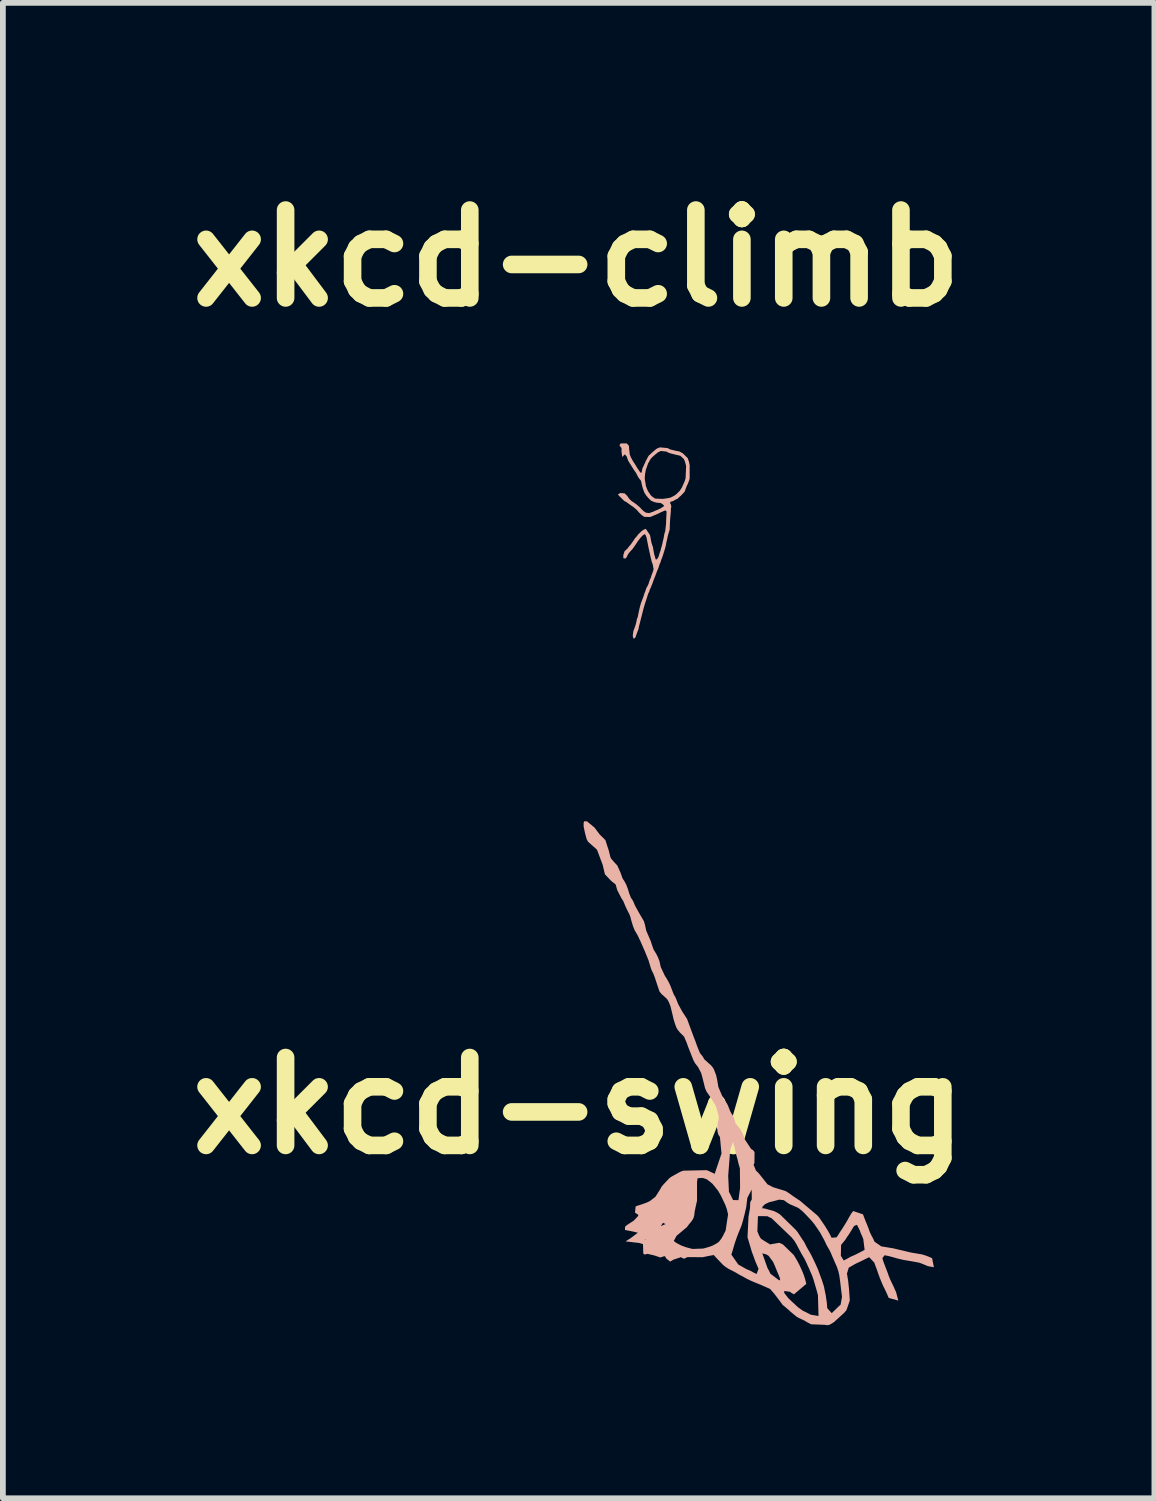
<source format=kicad_pcb>
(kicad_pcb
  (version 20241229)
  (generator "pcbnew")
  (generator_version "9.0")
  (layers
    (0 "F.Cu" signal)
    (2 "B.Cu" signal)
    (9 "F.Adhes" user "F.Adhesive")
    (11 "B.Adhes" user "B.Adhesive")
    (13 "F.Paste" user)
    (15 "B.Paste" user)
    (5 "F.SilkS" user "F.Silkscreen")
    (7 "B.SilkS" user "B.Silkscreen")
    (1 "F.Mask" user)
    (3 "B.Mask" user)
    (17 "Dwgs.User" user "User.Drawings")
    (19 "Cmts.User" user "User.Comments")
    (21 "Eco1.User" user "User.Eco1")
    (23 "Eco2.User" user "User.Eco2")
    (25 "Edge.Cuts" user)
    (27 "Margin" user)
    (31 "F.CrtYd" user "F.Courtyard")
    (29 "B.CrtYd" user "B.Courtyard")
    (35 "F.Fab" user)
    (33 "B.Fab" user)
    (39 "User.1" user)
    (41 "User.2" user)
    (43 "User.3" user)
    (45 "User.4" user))
  (footprint "xkcd-swing"
    (layer "F.Cu")
    (at 6.981 11.273)
    (property "Reference" "xkcd-swing" (at 0 4.845 0) (layer "F.SilkS") (effects (font (size 1.524 1.524) (thickness 0.305))))
    (attr exclude_from_pos_files exclude_from_bom)
    (fp_poly (pts (xy 0.087 -0.056) (xy 0.087 0.007) (xy 0.112 0.124) (xy 0.139 0.224) (xy 0.163 0.269) (xy 0.319 0.408) (xy 0.417 0.67) (xy 0.456 0.834) (xy 0.564 0.948) (xy 0.642 1.011) (xy 0.669 1.107) (xy 0.744 1.253) (xy 0.773 1.296) (xy 0.791 1.339) (xy 0.819 1.405) (xy 0.852 1.473) (xy 0.88 1.527) (xy 0.897 1.571) (xy 0.916 1.645) (xy 0.943 1.734) (xy 0.972 1.805) (xy 1.02 1.886) (xy 1.068 1.986) (xy 1.146 2.164) (xy 1.211 2.323) (xy 1.253 2.462) (xy 1.271 2.51) (xy 1.294 2.552) (xy 1.318 2.614) (xy 1.402 2.866) (xy 1.441 2.914) (xy 1.47 2.938) (xy 1.527 2.991) (xy 1.541 3.009) (xy 1.566 3.054) (xy 1.593 3.123) (xy 1.622 3.242) (xy 1.647 3.35) (xy 1.669 3.421) (xy 1.694 3.49) (xy 1.715 3.526) (xy 1.759 3.58) (xy 1.805 3.625) (xy 1.829 3.65) (xy 1.874 3.756) (xy 1.901 3.832) (xy 1.918 3.875) (xy 1.941 3.933) (xy 1.969 4.004) (xy 1.99 4.057) (xy 2.017 4.107) (xy 2.071 4.177) (xy 2.124 4.278) (xy 2.149 4.369) (xy 2.679 5.469) (xy 2.734 5.703) (xy 3 6.3) (xy 3.002 6.47) (xy 2.975 6.52) (xy 2.971 6.623) (xy 2.945 6.77) (xy 2.928 7.126) (xy 3.005 7.385) (xy 3.025 7.437) (xy 3.045 7.493) (xy 3.065 7.548) (xy 3.119 7.673) (xy 3.086 7.763) (xy 3.035 7.739) (xy 2.985 7.711) (xy 2.95 7.695) (xy 2.912 7.68) (xy 2.768 7.599) (xy 2.648 7.427) (xy 2.675 7.34) (xy 2.702 7.247) (xy 2.73 7.162) (xy 2.754 7.097) (xy 2.774 7.045) (xy 2.802 6.977) (xy 2.826 6.917) (xy 2.85 6.835) (xy 2.881 6.712) (xy 2.905 6.608) (xy 2.925 6.444) (xy 3 6.3) (xy 2.734 5.703) (xy 2.757 5.785) (xy 2.774 5.858) (xy 2.796 5.932) (xy 2.799 6.273) (xy 2.771 6.483) (xy 2.678 6.481) (xy 2.647 6.419) (xy 2.631 6.386) (xy 2.606 6.338) (xy 2.593 6.061) (xy 2.628 5.612) (xy 2.679 5.469) (xy 2.149 4.369) (xy 2.171 4.456) (xy 2.19 4.534) (xy 2.215 4.597) (xy 2.294 4.712) (xy 2.373 4.841) (xy 2.398 4.909) (xy 2.432 5.051) (xy 2.407 5.17) (xy 2.407 5.293) (xy 2.422 5.347) (xy 2.45 5.39) (xy 2.477 5.675) (xy 2.359 6.026) (xy 2.223 5.963) (xy 2.15 6.098) (xy 2.215 6.118) (xy 2.26 6.15) (xy 2.321 6.2) (xy 2.418 6.32) (xy 2.438 6.355) (xy 2.467 6.405) (xy 2.497 6.468) (xy 2.525 6.527) (xy 2.543 6.565) (xy 2.569 6.637) (xy 2.591 6.729) (xy 2.548 7.013) (xy 2.524 7.058) (xy 2.504 7.099) (xy 2.474 7.151) (xy 2.436 7.2) (xy 2.418 7.216) (xy 2.379 7.241) (xy 2.322 7.271) (xy 2.26 7.294) (xy 2.162 7.322) (xy 1.973 7.329) (xy 1.867 7.301) (xy 1.781 7.27) (xy 1.725 7.241) (xy 1.682 7.216) (xy 1.65 7.191) (xy 1.697 7.102) (xy 1.876 6.952) (xy 1.911 6.905) (xy 1.95 6.859) (xy 1.973 6.827) (xy 1.991 6.795) (xy 2.005 6.746) (xy 2.011 6.686) (xy 2.031 6.588) (xy 2.053 6.492) (xy 2.053 6.166) (xy 2.063 6.102) (xy 2.15 6.098) (xy 2.223 5.963) (xy 1.815 5.972) (xy 1.76 5.992) (xy 1.719 6.015) (xy 1.664 6.046) (xy 1.62 6.07) (xy 1.575 6.1) (xy 1.466 6.216) (xy 1.435 6.255) (xy 1.42 6.285) (xy 1.507 6.897) (xy 1.426 6.934) (xy 1.462 6.876) (xy 1.507 6.897) (xy 1.42 6.285) (xy 1.332 6.424) (xy 1.239 6.496) (xy 1.193 6.52) (xy 1.121 6.547) (xy 1.167 7.174) (xy 1.143 7.174) (xy 1.162 7.168) (xy 1.167 7.174) (xy 1.121 6.547) (xy 1.051 6.57) (xy 0.989 6.59) (xy 0.977 6.699) (xy 1.037 6.739) (xy 1.027 6.763) (xy 0.955 6.839) (xy 0.909 6.868) (xy 0.856 6.903) (xy 0.821 6.928) (xy 0.804 6.949) (xy 0.804 7) (xy 0.942 7.027) (xy 1.027 7.048) (xy 0.899 7.144) (xy 0.814 7.198) (xy 1.048 7.225) (xy 1.116 7.245) (xy 1.121 7.41) (xy 1.147 7.426) (xy 1.195 7.414) (xy 1.314 7.442) (xy 1.418 7.477) (xy 1.47 7.459) (xy 1.498 7.454) (xy 1.517 7.492) (xy 1.586 7.548) (xy 1.648 7.513) (xy 1.774 7.472) (xy 1.826 7.499) (xy 1.888 7.47) (xy 1.957 7.471) (xy 2.151 7.472) (xy 2.261 7.449) (xy 2.343 7.434) (xy 2.371 7.466) (xy 2.502 7.604) (xy 2.528 7.626) (xy 2.553 7.644) (xy 2.597 7.673) (xy 2.645 7.697) (xy 2.706 7.728) (xy 2.744 7.75) (xy 2.778 7.771) (xy 2.829 7.798) (xy 2.866 7.818) (xy 2.91 7.843) (xy 2.973 7.874) (xy 3.035 7.901) (xy 3.094 7.925) (xy 3.154 7.949) (xy 3.319 8.022) (xy 3.395 8.109) (xy 3.419 8.141) (xy 3.507 8.257) (xy 3.522 8.278) (xy 3.536 8.298) (xy 3.568 8.324) (xy 3.658 8.401) (xy 3.67 8.414) (xy 3.777 8.502) (xy 3.817 8.526) (xy 3.869 8.549) (xy 3.913 8.57) (xy 3.964 8.601) (xy 4.031 8.635) (xy 4.228 8.643) (xy 4.271 8.645) (xy 4.314 8.651) (xy 4.348 8.644) (xy 4.377 8.629) (xy 4.426 8.598) (xy 4.598 8.442) (xy 4.643 8.391) (xy 4.701 8.223) (xy 4.694 8.115) (xy 4.687 8.019) (xy 4.673 7.884) (xy 4.652 7.757) (xy 4.683 7.653) (xy 4.734 7.625) (xy 4.782 7.596) (xy 4.832 7.571) (xy 4.881 7.549) (xy 4.935 7.522) (xy 4.991 7.494) (xy 5.037 7.472) (xy 5.125 7.565) (xy 5.147 7.625) (xy 5.171 7.689) (xy 5.195 7.759) (xy 5.222 7.832) (xy 5.247 7.894) (xy 5.279 7.97) (xy 5.295 8) (xy 5.32 8.052) (xy 5.348 8.113) (xy 5.376 8.178) (xy 5.542 8.224) (xy 5.503 8.076) (xy 5.482 8.031) (xy 5.454 7.967) (xy 5.426 7.91) (xy 5.399 7.853) (xy 5.376 7.795) (xy 5.359 7.746) (xy 5.328 7.665) (xy 5.293 7.574) (xy 5.276 7.525) (xy 5.266 7.487) (xy 5.305 7.438) (xy 5.373 7.452) (xy 5.446 7.471) (xy 5.52 7.493) (xy 5.626 7.518) (xy 5.82 7.551) (xy 5.912 7.569) (xy 5.981 7.596) (xy 6.053 7.627) (xy 6.159 7.646) (xy 6.128 7.489) (xy 6.073 7.465) (xy 6.022 7.445) (xy 5.955 7.424) (xy 5.756 7.39) (xy 5.636 7.361) (xy 5.556 7.343) (xy 5.457 7.319) (xy 5.247 7.284) (xy 5.13 7.203) (xy 5.106 7.15) (xy 5.078 7.099) (xy 5.05 7.041) (xy 5.026 6.974) (xy 5.005 6.918) (xy 4.978 6.855) (xy 4.954 6.793) (xy 4.93 6.729) (xy 4.76 6.672) (xy 4.728 6.713) (xy 4.826 6.911) (xy 4.875 7.01) (xy 4.895 7.064) (xy 4.913 7.102) (xy 4.935 7.157) (xy 4.958 7.344) (xy 4.912 7.37) (xy 4.859 7.397) (xy 4.806 7.424) (xy 4.765 7.443) (xy 4.718 7.463) (xy 4.649 7.502) (xy 4.597 7.529) (xy 4.579 7.501) (xy 4.546 7.448) (xy 4.55 7.26) (xy 4.628 7.164) (xy 4.644 7.136) (xy 4.673 7.095) (xy 4.702 7.051) (xy 4.776 6.93) (xy 4.826 6.911) (xy 4.728 6.713) (xy 4.706 6.75) (xy 4.666 6.82) (xy 4.651 6.848) (xy 4.626 6.889) (xy 4.598 6.934) (xy 4.564 6.988) (xy 4.544 7.017) (xy 4.522 7.051) (xy 4.498 7.091) (xy 4.471 7.128) (xy 4.385 7.135) (xy 4.361 7.085) (xy 4.327 7.023) (xy 4.292 6.966) (xy 4.276 6.939) (xy 4.212 6.845) (xy 4.166 6.778) (xy 4.156 6.767) (xy 4.133 6.743) (xy 3.833 6.489) (xy 3.812 6.477) (xy 3.711 6.408) (xy 3.66 6.371) (xy 3.62 6.345) (xy 3.588 6.325) (xy 3.559 6.484) (xy 3.619 6.528) (xy 3.664 6.555) (xy 3.703 6.571) (xy 3.764 6.598) (xy 3.809 6.618) (xy 3.837 6.64) (xy 3.882 6.677) (xy 3.913 6.707) (xy 4.022 6.822) (xy 4.043 6.846) (xy 4.063 6.87) (xy 4.089 6.902) (xy 4.172 7.023) (xy 4.194 7.058) (xy 4.221 7.109) (xy 4.251 7.163) (xy 4.272 7.205) (xy 4.299 7.263) (xy 4.325 7.308) (xy 4.348 7.347) (xy 4.375 7.403) (xy 4.392 7.445) (xy 4.477 7.639) (xy 4.502 7.712) (xy 4.519 7.785) (xy 4.533 7.887) (xy 4.566 8.159) (xy 4.542 8.295) (xy 4.522 8.312) (xy 4.388 8.442) (xy 4.31 8.355) (xy 4.303 8.263) (xy 4.283 8.126) (xy 4.252 7.976) (xy 4.218 7.87) (xy 4.149 7.682) (xy 4.128 7.635) (xy 4.107 7.589) (xy 4.079 7.529) (xy 4.045 7.459) (xy 4.025 7.42) (xy 4.005 7.384) (xy 3.978 7.338) (xy 3.946 7.281) (xy 3.922 7.231) (xy 3.901 7.194) (xy 3.885 7.173) (xy 3.796 7.036) (xy 3.762 6.995) (xy 3.497 6.736) (xy 3.474 6.719) (xy 3.439 6.698) (xy 3.388 6.673) (xy 3.218 6.626) (xy 3.27 6.761) (xy 3.309 6.78) (xy 3.347 6.798) (xy 3.693 7.129) (xy 3.742 7.19) (xy 3.778 7.25) (xy 3.822 7.335) (xy 3.87 7.423) (xy 3.905 7.481) (xy 3.919 7.507) (xy 3.936 7.54) (xy 3.967 7.608) (xy 3.998 7.676) (xy 4.021 7.73) (xy 4.045 7.784) (xy 4.07 7.854) (xy 4.095 7.938) (xy 4.125 8.041) (xy 4.149 8.131) (xy 4.159 8.491) (xy 4.025 8.469) (xy 3.975 8.443) (xy 3.927 8.419) (xy 3.884 8.398) (xy 3.803 8.339) (xy 3.698 8.242) (xy 3.636 8.183) (xy 3.571 8.1) (xy 3.558 8.071) (xy 3.576 8.059) (xy 3.666 8.072) (xy 3.688 8.09) (xy 3.733 8.116) (xy 3.947 7.935) (xy 3.926 7.849) (xy 3.898 7.765) (xy 3.878 7.717) (xy 3.855 7.665) (xy 3.823 7.597) (xy 3.8 7.553) (xy 3.777 7.512) (xy 3.755 7.475) (xy 3.728 7.432) (xy 3.541 7.25) (xy 3.479 7.222) (xy 3.319 7.25) (xy 3.169 7.158) (xy 3.254 7.424) (xy 3.294 7.448) (xy 3.372 7.554) (xy 3.403 7.625) (xy 3.419 7.663) (xy 3.438 7.712) (xy 3.474 7.795) (xy 3.495 7.854) (xy 3.48 7.876) (xy 3.326 7.759) (xy 3.299 7.703) (xy 3.275 7.661) (xy 3.184 7.405) (xy 3.254 7.424) (xy 3.169 7.158) (xy 3.147 7.131) (xy 3.128 7.094) (xy 3.099 7.024) (xy 3.109 6.76) (xy 3.27 6.761) (xy 3.218 6.626) (xy 3.185 6.626) (xy 3.187 6.597) (xy 3.23 6.554) (xy 3.301 6.52) (xy 3.396 6.496) (xy 3.478 6.474) (xy 3.559 6.484) (xy 3.588 6.325) (xy 3.372 6.259) (xy 3.275 6.209) (xy 3.124 6.019) (xy 3.073 5.968) (xy 3.051 5.911) (xy 3.033 5.872) (xy 3.048 5.839) (xy 3.05 5.65) (xy 3.024 5.616) (xy 2.99 5.595) (xy 2.878 5.425) (xy 2.847 5.332) (xy 2.829 5.299) (xy 2.8 5.248) (xy 2.72 5.152) (xy 2.691 5.049) (xy 2.679 5.023) (xy 2.655 4.99) (xy 2.627 4.94) (xy 2.603 4.878) (xy 2.575 4.813) (xy 2.512 4.731) (xy 2.423 4.522) (xy 2.401 4.392) (xy 2.383 4.313) (xy 2.343 4.21) (xy 2.322 4.178) (xy 2.296 4.147) (xy 2.177 4.039) (xy 2.154 3.997) (xy 2.124 3.958) (xy 2.103 3.932) (xy 2.068 3.847) (xy 2.043 3.781) (xy 2.027 3.734) (xy 1.997 3.658) (xy 1.922 3.456) (xy 1.897 3.387) (xy 1.88 3.342) (xy 1.794 3.209) (xy 1.726 3.084) (xy 1.688 2.987) (xy 1.671 2.952) (xy 1.65 2.918) (xy 1.627 2.859) (xy 1.596 2.778) (xy 1.575 2.73) (xy 1.552 2.687) (xy 1.521 2.632) (xy 1.497 2.597) (xy 1.424 2.442) (xy 1.402 2.342) (xy 1.379 2.28) (xy 1.35 2.221) (xy 1.325 2.179) (xy 1.301 2.141) (xy 1.275 2.069) (xy 1.251 1.994) (xy 1.172 1.811) (xy 1.151 1.712) (xy 1.132 1.647) (xy 1.044 1.497) (xy 0.975 1.371) (xy 0.944 1.296) (xy 0.924 1.266) (xy 0.906 1.239) (xy 0.878 1.168) (xy 0.854 1.088) (xy 0.825 1.012) (xy 0.791 0.949) (xy 0.773 0.923) (xy 0.757 0.893) (xy 0.73 0.814) (xy 0.67 0.68) (xy 0.614 0.621) (xy 0.563 0.561) (xy 0.55 0.533) (xy 0.523 0.423) (xy 0.464 0.241) (xy 0.364 0.142) (xy 0.276 0.024) (xy 0.145 -0.084) (xy 0.095 -0.084) (xy 0.087 -0.056)) (stroke (width 0) (type solid)) (fill yes) (layer "B.SilkS")))
  (footprint "xkcd-climb"
    (layer "F.Cu")
    (at 6.945 4.466)
    (property "Reference" "xkcd-climb" (at 0 -3.04 0) (layer "F.SilkS") (effects (font (size 1.524 1.524) (thickness 0.305))))
    (attr exclude_from_pos_files exclude_from_bom)
    (fp_poly (pts (xy 0.87 0.171) (xy 0.908 0.212) (xy 0.912 0.268) (xy 0.923 0.365) (xy 0.932 0.386) (xy 0.942 0.412) (xy 0.965 0.455) (xy 0.976 0.474) (xy 0.989 0.495) (xy 1.009 0.525) (xy 1.024 0.549) (xy 1.034 0.566) (xy 1.061 0.611) (xy 1.074 0.628) (xy 1.088 0.649) (xy 1.101 0.667) (xy 1.112 0.678) (xy 1.12 0.684) (xy 1.125 0.678) (xy 1.131 0.662) (xy 1.142 0.604) (xy 1.146 0.595) (xy 1.153 0.582) (xy 1.163 0.56) (xy 1.18 0.521) (xy 1.184 0.516) (xy 1.188 0.508) (xy 1.202 0.472) (xy 1.212 0.454) (xy 1.225 0.431) (xy 1.247 0.389) (xy 1.257 0.379) (xy 1.281 0.356) (xy 1.29 0.347) (xy 1.314 0.325) (xy 1.331 0.311) (xy 1.344 0.3) (xy 1.361 0.286) (xy 1.462 0.302) (xy 1.411 0.326) (xy 1.401 0.334) (xy 1.385 0.348) (xy 1.375 0.356) (xy 1.371 0.358) (xy 1.361 0.367) (xy 1.345 0.381) (xy 1.322 0.401) (xy 1.301 0.422) (xy 1.287 0.437) (xy 1.271 0.462) (xy 1.25 0.503) (xy 1.241 0.515) (xy 1.226 0.559) (xy 1.201 0.629) (xy 1.188 0.703) (xy 1.182 0.777) (xy 1.188 0.82) (xy 1.198 0.877) (xy 1.202 0.908) (xy 1.227 0.973) (xy 1.237 0.994) (xy 1.251 1.017) (xy 1.259 1.028) (xy 1.286 1.069) (xy 1.3 1.082) (xy 1.329 1.106) (xy 1.333 1.108) (xy 1.365 1.128) (xy 1.499 1.133) (xy 1.61 1.116) (xy 1.645 1.103) (xy 1.676 1.087) (xy 1.705 1.071) (xy 1.736 1.046) (xy 1.787 0.995) (xy 1.823 0.942) (xy 1.825 0.939) (xy 1.841 0.903) (xy 1.858 0.864) (xy 1.876 0.826) (xy 1.882 0.802) (xy 1.89 0.783) (xy 1.9 0.566) (xy 1.898 0.552) (xy 1.893 0.536) (xy 1.88 0.487) (xy 1.86 0.441) (xy 1.799 0.385) (xy 1.729 0.369) (xy 1.628 0.344) (xy 1.61 0.337) (xy 1.587 0.329) (xy 1.567 0.318) (xy 1.559 0.313) (xy 1.462 0.302) (xy 1.361 0.286) (xy 1.384 0.266) (xy 1.402 0.257) (xy 1.435 0.243) (xy 1.45 0.24) (xy 1.579 0.252) (xy 1.598 0.262) (xy 1.624 0.276) (xy 1.726 0.3) (xy 1.78 0.31) (xy 1.812 0.326) (xy 1.848 0.348) (xy 1.856 0.356) (xy 1.88 0.38) (xy 1.892 0.392) (xy 1.919 0.418) (xy 1.928 0.426) (xy 1.95 0.494) (xy 1.961 0.548) (xy 1.961 0.779) (xy 1.952 0.811) (xy 1.927 0.878) (xy 1.916 0.896) (xy 1.891 0.959) (xy 1.879 0.998) (xy 1.869 1.013) (xy 1.844 1.041) (xy 1.832 1.052) (xy 1.823 1.062) (xy 1.818 1.069) (xy 1.791 1.092) (xy 1.771 1.111) (xy 1.751 1.131) (xy 1.72 1.144) (xy 1.694 1.157) (xy 1.69 1.163) (xy 1.679 1.168) (xy 1.655 1.176) (xy 1.632 1.182) (xy 1.624 1.185) (xy 1.625 1.203) (xy 1.625 1.22) (xy 1.636 1.229) (xy 1.644 1.276) (xy 1.636 1.288) (xy 1.636 1.324) (xy 1.633 1.367) (xy 1.622 1.493) (xy 1.619 1.559) (xy 1.616 1.622) (xy 1.614 1.672) (xy 1.607 1.687) (xy 1.58 1.783) (xy 1.569 1.838) (xy 1.559 1.878) (xy 1.545 1.954) (xy 1.525 2.023) (xy 1.506 2.084) (xy 1.498 2.11) (xy 1.474 2.177) (xy 1.466 2.191) (xy 1.461 2.217) (xy 1.435 2.278) (xy 1.428 2.302) (xy 1.419 2.33) (xy 1.393 2.392) (xy 1.38 2.427) (xy 1.367 2.464) (xy 1.345 2.517) (xy 1.332 2.552) (xy 1.315 2.602) (xy 1.3 2.637) (xy 1.291 2.662) (xy 1.27 2.706) (xy 1.259 2.743) (xy 1.252 2.756) (xy 1.24 2.781) (xy 1.216 2.859) (xy 1.202 2.901) (xy 1.191 2.934) (xy 1.169 3.007) (xy 1.155 3.058) (xy 1.143 3.107) (xy 1.123 3.186) (xy 1.108 3.243) (xy 1.092 3.307) (xy 1.089 3.316) (xy 1.087 3.323) (xy 1.071 3.4) (xy 1.057 3.432) (xy 1.04 3.48) (xy 1.022 3.53) (xy 1.015 3.542) (xy 0.988 3.557) (xy 0.974 3.509) (xy 0.985 3.426) (xy 1.005 3.372) (xy 1.022 3.324) (xy 1.036 3.271) (xy 1.048 3.209) (xy 1.053 3.2) (xy 1.059 3.188) (xy 1.077 3.101) (xy 1.086 3.059) (xy 1.099 3.003) (xy 1.119 2.932) (xy 1.128 2.912) (xy 1.155 2.84) (xy 1.164 2.813) (xy 1.18 2.761) (xy 1.184 2.754) (xy 1.189 2.745) (xy 1.199 2.713) (xy 1.211 2.677) (xy 1.226 2.652) (xy 1.247 2.61) (xy 1.261 2.563) (xy 1.279 2.515) (xy 1.287 2.504) (xy 1.299 2.458) (xy 1.311 2.43) (xy 1.327 2.384) (xy 1.336 2.351) (xy 1.33 2.318) (xy 1.321 2.269) (xy 1.301 2.214) (xy 1.294 2.18) (xy 1.283 2.137) (xy 1.263 2.047) (xy 1.247 1.973) (xy 1.223 1.851) (xy 1.215 1.808) (xy 1.204 1.777) (xy 1.192 1.752) (xy 1.184 1.744) (xy 1.165 1.754) (xy 1.146 1.767) (xy 1.119 1.795) (xy 1.107 1.809) (xy 1.092 1.828) (xy 1.07 1.857) (xy 1.058 1.874) (xy 1.042 1.899) (xy 1.023 1.927) (xy 1.015 1.938) (xy 0.989 1.976) (xy 0.974 1.996) (xy 0.966 2.007) (xy 0.941 2.034) (xy 0.93 2.046) (xy 0.913 2.065) (xy 0.892 2.094) (xy 0.871 2.138) (xy 0.854 2.164) (xy 0.82 2.164) (xy 0.811 2.155) (xy 0.811 2.106) (xy 0.833 2.04) (xy 0.881 1.996) (xy 0.891 1.983) (xy 0.905 1.964) (xy 0.924 1.942) (xy 0.939 1.924) (xy 0.952 1.906) (xy 0.978 1.868) (xy 0.986 1.857) (xy 1 1.838) (xy 1.011 1.818) (xy 1.015 1.813) (xy 1.024 1.805) (xy 1.033 1.795) (xy 1.056 1.766) (xy 1.07 1.747) (xy 1.131 1.689) (xy 1.164 1.666) (xy 1.201 1.652) (xy 1.273 1.759) (xy 1.281 1.795) (xy 1.284 1.816) (xy 1.29 1.848) (xy 1.3 1.897) (xy 1.325 1.971) (xy 1.333 2.022) (xy 1.348 2.102) (xy 1.353 2.114) (xy 1.363 2.149) (xy 1.371 2.18) (xy 1.384 2.184) (xy 1.399 2.173) (xy 1.421 2.139) (xy 1.438 2.08) (xy 1.455 2.032) (xy 1.463 2.001) (xy 1.466 1.986) (xy 1.472 1.97) (xy 1.486 1.916) (xy 1.495 1.874) (xy 1.509 1.816) (xy 1.514 1.788) (xy 1.521 1.747) (xy 1.532 1.707) (xy 1.537 1.698) (xy 1.552 1.559) (xy 1.554 1.491) (xy 1.561 1.35) (xy 1.538 1.332) (xy 1.502 1.347) (xy 1.498 1.35) (xy 1.489 1.354) (xy 1.448 1.371) (xy 1.434 1.38) (xy 1.386 1.401) (xy 1.358 1.413) (xy 1.307 1.435) (xy 1.274 1.447) (xy 1.178 1.445) (xy 1.152 1.43) (xy 1.134 1.416) (xy 1.118 1.402) (xy 1.103 1.388) (xy 1.079 1.365) (xy 1.07 1.353) (xy 1.052 1.333) (xy 1.035 1.315) (xy 1.019 1.301) (xy 0.999 1.285) (xy 0.983 1.272) (xy 0.957 1.254) (xy 0.931 1.237) (xy 0.91 1.221) (xy 0.885 1.203) (xy 0.868 1.19) (xy 0.834 1.173) (xy 0.81 1.152) (xy 0.799 1.141) (xy 0.78 1.122) (xy 0.764 1.106) (xy 0.75 1.093) (xy 0.738 1.08) (xy 0.716 1.056) (xy 0.76 1.031) (xy 0.834 1.037) (xy 0.881 1.083) (xy 0.895 1.106) (xy 0.901 1.115) (xy 0.927 1.145) (xy 0.937 1.154) (xy 0.945 1.163) (xy 0.976 1.185) (xy 1.002 1.202) (xy 1.033 1.224) (xy 1.05 1.238) (xy 1.067 1.253) (xy 1.077 1.262) (xy 1.091 1.273) (xy 1.096 1.275) (xy 1.104 1.285) (xy 1.116 1.299) (xy 1.132 1.316) (xy 1.153 1.336) (xy 1.164 1.346) (xy 1.2 1.37) (xy 1.202 1.372) (xy 1.264 1.379) (xy 1.282 1.37) (xy 1.333 1.354) (xy 1.354 1.342) (xy 1.392 1.327) (xy 1.417 1.317) (xy 1.459 1.296) (xy 1.484 1.281) (xy 1.49 1.275) (xy 1.498 1.27) (xy 1.517 1.258) (xy 1.511 1.242) (xy 1.489 1.223) (xy 1.46 1.205) (xy 1.39 1.198) (xy 1.359 1.191) (xy 1.327 1.18) (xy 1.301 1.168) (xy 1.29 1.163) (xy 1.281 1.153) (xy 1.271 1.144) (xy 1.24 1.113) (xy 1.236 1.108) (xy 1.226 1.095) (xy 1.212 1.08) (xy 1.185 1.038) (xy 1.179 1.032) (xy 1.164 0.99) (xy 1.151 0.958) (xy 1.132 0.886) (xy 1.118 0.819) (xy 1.104 0.803) (xy 1.093 0.789) (xy 1.072 0.761) (xy 1.054 0.727) (xy 1.032 0.683) (xy 1.022 0.669) (xy 1.015 0.659) (xy 1.012 0.656) (xy 1 0.637) (xy 0.987 0.618) (xy 0.974 0.597) (xy 0.955 0.567) (xy 0.938 0.538) (xy 0.929 0.526) (xy 0.902 0.482) (xy 0.894 0.469) (xy 0.869 0.397) (xy 0.842 0.366) (xy 0.828 0.365) (xy 0.821 0.375) (xy 0.806 0.395) (xy 0.797 0.404) (xy 0.791 0.398) (xy 0.78 0.315) (xy 0.78 0.249) (xy 0.771 0.242) (xy 0.748 0.211) (xy 0.747 0.194) (xy 0.767 0.171) (xy 0.87 0.171)) (stroke (width 0) (type solid)) (fill yes) (layer "B.SilkS")))
  (gr_rect
    (start -3 -3)
    (end 16.963 22.924)
    (stroke (width 0.1) (type default))
    (fill no)
    (layer "Edge.Cuts")))
</source>
